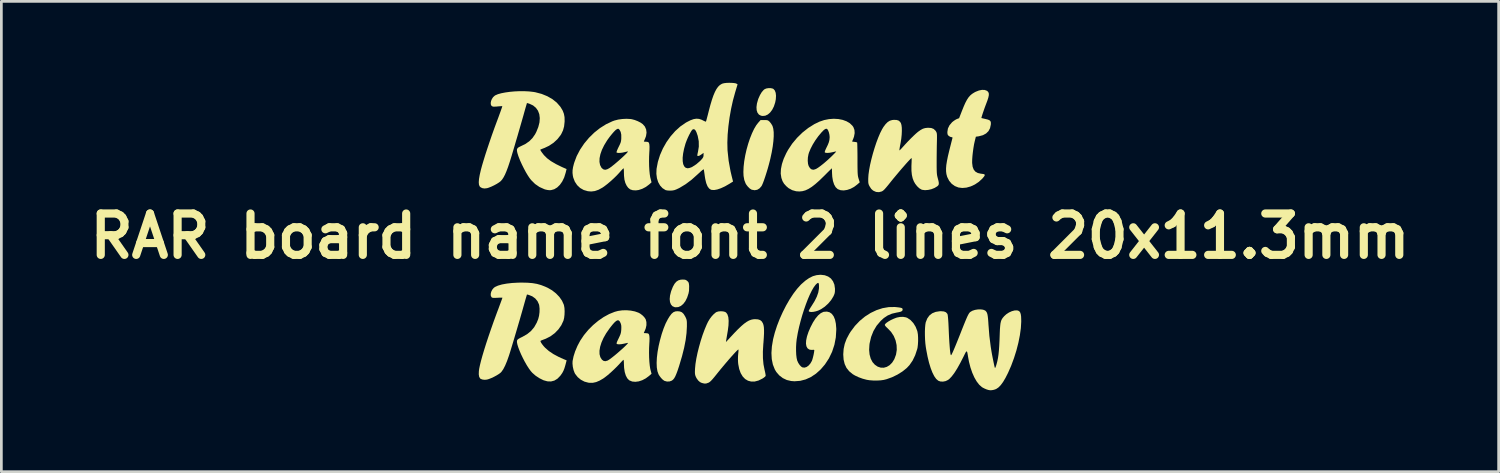
<source format=kicad_pcb>
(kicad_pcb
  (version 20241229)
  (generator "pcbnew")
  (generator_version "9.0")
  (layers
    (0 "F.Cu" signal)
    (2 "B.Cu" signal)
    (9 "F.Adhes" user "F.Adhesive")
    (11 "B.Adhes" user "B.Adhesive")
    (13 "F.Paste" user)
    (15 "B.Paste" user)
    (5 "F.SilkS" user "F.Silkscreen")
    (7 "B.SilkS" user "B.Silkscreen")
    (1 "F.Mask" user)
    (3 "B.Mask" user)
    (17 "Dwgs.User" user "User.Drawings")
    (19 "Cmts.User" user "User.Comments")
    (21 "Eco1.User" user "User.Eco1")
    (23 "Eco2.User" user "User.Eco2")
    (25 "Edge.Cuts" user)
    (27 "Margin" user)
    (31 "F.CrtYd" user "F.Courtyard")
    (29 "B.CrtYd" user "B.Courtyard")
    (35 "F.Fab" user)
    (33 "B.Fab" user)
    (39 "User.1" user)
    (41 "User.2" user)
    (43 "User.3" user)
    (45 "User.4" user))
  (footprint "RAR board name font 2 lines 20x11.3mm"
    (layer "F.Cu")
    (at 24.573 5.648)
    (property "Reference" "RAR board name font 2 lines 20x11.3mm" (at 0 0 0) (layer "F.SilkS") (effects (font (size 1.524 1.524) (thickness 0.3))))
    (attr board_only exclude_from_pos_files exclude_from_bom)
    (fp_poly (pts (xy 0.762 -5.452) (xy 0.834 -5.436) (xy 0.863 -5.422) (xy 0.914 -5.364) (xy 0.946 -5.278) (xy 0.958 -5.169) (xy 0.95 -5.042) (xy 0.928 -4.927) (xy 0.88 -4.779) (xy 0.816 -4.653) (xy 0.739 -4.552) (xy 0.653 -4.479) (xy 0.559 -4.436) (xy 0.461 -4.427) (xy 0.403 -4.438) (xy 0.328 -4.478) (xy 0.275 -4.547) (xy 0.245 -4.639) (xy 0.238 -4.753) (xy 0.255 -4.885) (xy 0.297 -5.033) (xy 0.309 -5.067) (xy 0.367 -5.196) (xy 0.432 -5.305) (xy 0.502 -5.385) (xy 0.535 -5.411) (xy 0.598 -5.439) (xy 0.679 -5.452)) (stroke (width 0) (type solid)) (fill yes) (layer "F.SilkS"))
    (fp_poly (pts (xy -2.415 1.601) (xy -2.369 1.611) (xy -2.331 1.634) (xy -2.31 1.651) (xy -2.279 1.682) (xy -2.26 1.714) (xy -2.25 1.757) (xy -2.243 1.825) (xy -2.242 1.844) (xy -2.246 2.009) (xy -2.264 2.106) (xy -2.315 2.262) (xy -2.38 2.393) (xy -2.458 2.496) (xy -2.546 2.57) (xy -2.642 2.612) (xy -2.744 2.619) (xy -2.78 2.613) (xy -2.858 2.578) (xy -2.913 2.514) (xy -2.947 2.426) (xy -2.958 2.316) (xy -2.946 2.187) (xy -2.91 2.044) (xy -2.899 2.01) (xy -2.842 1.866) (xy -2.782 1.757) (xy -2.716 1.679) (xy -2.641 1.628) (xy -2.554 1.603) (xy -2.484 1.598)) (stroke (width 0) (type solid)) (fill yes) (layer "F.SilkS"))
    (fp_poly (pts (xy -2.582 2.773) (xy -2.508 2.804) (xy -2.447 2.862) (xy -2.391 2.951) (xy -2.372 2.989) (xy -2.351 3.036) (xy -2.337 3.078) (xy -2.329 3.125) (xy -2.325 3.186) (xy -2.325 3.271) (xy -2.325 3.328) (xy -2.338 3.568) (xy -2.371 3.828) (xy -2.426 4.11) (xy -2.503 4.417) (xy -2.602 4.751) (xy -2.623 4.817) (xy -2.672 4.964) (xy -2.716 5.08) (xy -2.755 5.169) (xy -2.793 5.235) (xy -2.832 5.282) (xy -2.875 5.317) (xy -2.882 5.321) (xy -2.964 5.351) (xy -3.058 5.354) (xy -3.148 5.33) (xy -3.155 5.327) (xy -3.213 5.286) (xy -3.276 5.222) (xy -3.334 5.146) (xy -3.37 5.086) (xy -3.41 4.974) (xy -3.433 4.833) (xy -3.439 4.665) (xy -3.43 4.474) (xy -3.405 4.264) (xy -3.364 4.038) (xy -3.318 3.842) (xy -3.252 3.604) (xy -3.182 3.398) (xy -3.108 3.217) (xy -3.025 3.056) (xy -2.959 2.949) (xy -2.89 2.859) (xy -2.822 2.801) (xy -2.748 2.771) (xy -2.673 2.764)) (stroke (width 0) (type solid)) (fill yes) (layer "F.SilkS"))
    (fp_poly (pts (xy 0.594 -4.276) (xy 0.641 -4.269) (xy 0.675 -4.254) (xy 0.71 -4.225) (xy 0.722 -4.214) (xy 0.769 -4.157) (xy 0.813 -4.087) (xy 0.83 -4.054) (xy 0.857 -3.959) (xy 0.872 -3.833) (xy 0.873 -3.679) (xy 0.861 -3.502) (xy 0.837 -3.304) (xy 0.8 -3.09) (xy 0.751 -2.863) (xy 0.732 -2.784) (xy 0.693 -2.633) (xy 0.65 -2.479) (xy 0.604 -2.329) (xy 0.559 -2.188) (xy 0.516 -2.062) (xy 0.477 -1.958) (xy 0.443 -1.88) (xy 0.424 -1.844) (xy 0.352 -1.761) (xy 0.266 -1.709) (xy 0.17 -1.692) (xy 0.068 -1.71) (xy 0.047 -1.718) (xy -0.012 -1.757) (xy -0.075 -1.818) (xy -0.133 -1.892) (xy -0.162 -1.941) (xy -0.211 -2.068) (xy -0.238 -2.221) (xy -0.244 -2.364) (xy -0.236 -2.555) (xy -0.213 -2.761) (xy -0.176 -2.974) (xy -0.128 -3.188) (xy -0.069 -3.399) (xy -0.002 -3.6) (xy 0.072 -3.786) (xy 0.15 -3.951) (xy 0.232 -4.088) (xy 0.301 -4.177) (xy 0.39 -4.277) (xy 0.523 -4.277)) (stroke (width 0) (type solid)) (fill yes) (layer "F.SilkS"))
    (fp_poly (pts (xy 5.386 2.614) (xy 5.485 2.625) (xy 5.552 2.637) (xy 5.593 2.65) (xy 5.614 2.668) (xy 5.621 2.692) (xy 5.621 2.698) (xy 5.615 2.734) (xy 5.59 2.762) (xy 5.543 2.784) (xy 5.467 2.802) (xy 5.401 2.814) (xy 5.225 2.855) (xy 5.07 2.921) (xy 4.929 3.015) (xy 4.814 3.12) (xy 4.663 3.298) (xy 4.546 3.495) (xy 4.46 3.712) (xy 4.405 3.948) (xy 4.398 4) (xy 4.387 4.187) (xy 4.403 4.357) (xy 4.445 4.509) (xy 4.511 4.637) (xy 4.597 4.734) (xy 4.703 4.806) (xy 4.814 4.842) (xy 4.927 4.845) (xy 5.037 4.814) (xy 5.141 4.752) (xy 5.234 4.659) (xy 5.312 4.536) (xy 5.316 4.527) (xy 5.378 4.361) (xy 5.405 4.188) (xy 5.399 4.013) (xy 5.362 3.84) (xy 5.294 3.676) (xy 5.196 3.526) (xy 5.07 3.395) (xy 5.07 3.395) (xy 5.017 3.346) (xy 4.98 3.302) (xy 4.964 3.271) (xy 4.963 3.269) (xy 4.98 3.234) (xy 5.026 3.191) (xy 5.095 3.143) (xy 5.18 3.094) (xy 5.276 3.048) (xy 5.375 3.009) (xy 5.412 2.997) (xy 5.525 2.975) (xy 5.64 2.972) (xy 5.743 2.99) (xy 5.793 3.009) (xy 5.912 3.09) (xy 6.016 3.201) (xy 6.099 3.336) (xy 6.159 3.488) (xy 6.168 3.525) (xy 6.183 3.617) (xy 6.19 3.732) (xy 6.191 3.859) (xy 6.184 3.984) (xy 6.172 4.094) (xy 6.159 4.155) (xy 6.084 4.383) (xy 5.989 4.581) (xy 5.874 4.748) (xy 5.771 4.858) (xy 5.612 4.985) (xy 5.428 5.1) (xy 5.23 5.196) (xy 5.029 5.268) (xy 4.926 5.294) (xy 4.814 5.31) (xy 4.679 5.317) (xy 4.536 5.316) (xy 4.401 5.306) (xy 4.296 5.289) (xy 4.15 5.25) (xy 4.002 5.196) (xy 3.869 5.134) (xy 3.78 5.081) (xy 3.652 4.975) (xy 3.554 4.853) (xy 3.487 4.711) (xy 3.447 4.547) (xy 3.434 4.359) (xy 3.434 4.352) (xy 3.448 4.154) (xy 3.488 3.967) (xy 3.557 3.782) (xy 3.657 3.594) (xy 3.708 3.514) (xy 3.864 3.305) (xy 4.041 3.12) (xy 4.235 2.96) (xy 4.442 2.828) (xy 4.658 2.725) (xy 4.882 2.652) (xy 5.107 2.613) (xy 5.333 2.609)) (stroke (width 0) (type solid)) (fill yes) (layer "F.SilkS"))
    (fp_poly (pts (xy 8.643 -5.385) (xy 8.724 -5.355) (xy 8.736 -5.347) (xy 8.774 -5.309) (xy 8.794 -5.26) (xy 8.796 -5.196) (xy 8.779 -5.111) (xy 8.745 -5.002) (xy 8.713 -4.916) (xy 8.679 -4.827) (xy 8.643 -4.73) (xy 8.609 -4.632) (xy 8.577 -4.54) (xy 8.551 -4.459) (xy 8.532 -4.397) (xy 8.522 -4.359) (xy 8.522 -4.351) (xy 8.541 -4.346) (xy 8.588 -4.335) (xy 8.653 -4.32) (xy 8.67 -4.316) (xy 8.763 -4.293) (xy 8.824 -4.266) (xy 8.858 -4.23) (xy 8.871 -4.18) (xy 8.869 -4.111) (xy 8.84 -3.977) (xy 8.782 -3.868) (xy 8.694 -3.782) (xy 8.578 -3.719) (xy 8.432 -3.68) (xy 8.403 -3.675) (xy 8.318 -3.663) (xy 8.277 -3.5) (xy 8.251 -3.382) (xy 8.228 -3.244) (xy 8.208 -3.098) (xy 8.192 -2.954) (xy 8.183 -2.823) (xy 8.181 -2.714) (xy 8.182 -2.69) (xy 8.199 -2.556) (xy 8.238 -2.453) (xy 8.3 -2.377) (xy 8.387 -2.327) (xy 8.501 -2.301) (xy 8.526 -2.298) (xy 8.597 -2.289) (xy 8.637 -2.274) (xy 8.647 -2.247) (xy 8.626 -2.205) (xy 8.577 -2.144) (xy 8.554 -2.118) (xy 8.425 -1.999) (xy 8.281 -1.903) (xy 8.128 -1.832) (xy 7.971 -1.788) (xy 7.818 -1.775) (xy 7.676 -1.793) (xy 7.542 -1.846) (xy 7.427 -1.93) (xy 7.333 -2.042) (xy 7.264 -2.178) (xy 7.257 -2.2) (xy 7.233 -2.288) (xy 7.221 -2.386) (xy 7.22 -2.495) (xy 7.23 -2.622) (xy 7.254 -2.771) (xy 7.289 -2.945) (xy 7.338 -3.15) (xy 7.34 -3.159) (xy 7.371 -3.281) (xy 7.399 -3.392) (xy 7.423 -3.487) (xy 7.442 -3.559) (xy 7.453 -3.604) (xy 7.456 -3.614) (xy 7.455 -3.639) (xy 7.426 -3.647) (xy 7.419 -3.647) (xy 7.373 -3.659) (xy 7.324 -3.689) (xy 7.32 -3.692) (xy 7.289 -3.724) (xy 7.274 -3.759) (xy 7.269 -3.811) (xy 7.269 -3.84) (xy 7.289 -3.966) (xy 7.346 -4.083) (xy 7.438 -4.192) (xy 7.45 -4.203) (xy 7.513 -4.252) (xy 7.58 -4.295) (xy 7.621 -4.315) (xy 7.701 -4.345) (xy 7.801 -4.603) (xy 7.869 -4.772) (xy 7.93 -4.91) (xy 7.989 -5.021) (xy 8.047 -5.11) (xy 8.109 -5.181) (xy 8.177 -5.239) (xy 8.256 -5.289) (xy 8.308 -5.317) (xy 8.43 -5.365) (xy 8.543 -5.388)) (stroke (width 0) (type solid)) (fill yes) (layer "F.SilkS"))
    (fp_poly (pts (xy -0.992 2.771) (xy -0.921 2.789) (xy -0.882 2.812) (xy -0.831 2.882) (xy -0.799 2.984) (xy -0.787 3.118) (xy -0.793 3.285) (xy -0.818 3.483) (xy -0.827 3.535) (xy -0.843 3.629) (xy -0.858 3.717) (xy -0.87 3.788) (xy -0.876 3.826) (xy -0.887 3.901) (xy -0.732 3.732) (xy -0.577 3.566) (xy -0.442 3.427) (xy -0.324 3.315) (xy -0.219 3.225) (xy -0.126 3.158) (xy -0.04 3.109) (xy 0.041 3.078) (xy 0.12 3.061) (xy 0.185 3.057) (xy 0.292 3.064) (xy 0.372 3.09) (xy 0.431 3.138) (xy 0.476 3.212) (xy 0.496 3.272) (xy 0.51 3.35) (xy 0.516 3.452) (xy 0.516 3.579) (xy 0.508 3.735) (xy 0.495 3.924) (xy 0.49 3.973) (xy 0.474 4.25) (xy 0.476 4.498) (xy 0.496 4.719) (xy 0.535 4.918) (xy 0.536 4.922) (xy 0.555 5.005) (xy 0.569 5.077) (xy 0.576 5.128) (xy 0.575 5.148) (xy 0.554 5.175) (xy 0.51 5.211) (xy 0.462 5.243) (xy 0.315 5.316) (xy 0.175 5.353) (xy 0.045 5.355) (xy -0.074 5.324) (xy -0.18 5.261) (xy -0.27 5.167) (xy -0.344 5.043) (xy -0.399 4.89) (xy -0.434 4.71) (xy -0.441 4.634) (xy -0.444 4.535) (xy -0.442 4.424) (xy -0.435 4.334) (xy -0.427 4.263) (xy -0.424 4.207) (xy -0.425 4.177) (xy -0.427 4.174) (xy -0.444 4.182) (xy -0.482 4.217) (xy -0.538 4.274) (xy -0.609 4.351) (xy -0.692 4.443) (xy -0.785 4.549) (xy -0.884 4.665) (xy -0.987 4.787) (xy -1.091 4.912) (xy -1.192 5.037) (xy -1.231 5.086) (xy -1.316 5.191) (xy -1.383 5.27) (xy -1.436 5.327) (xy -1.479 5.366) (xy -1.515 5.39) (xy -1.529 5.397) (xy -1.617 5.427) (xy -1.688 5.428) (xy -1.701 5.424) (xy -1.733 5.416) (xy -1.772 5.407) (xy -1.841 5.375) (xy -1.909 5.315) (xy -1.967 5.235) (xy -1.993 5.185) (xy -2.012 5.137) (xy -2.023 5.093) (xy -2.029 5.042) (xy -2.029 4.974) (xy -2.025 4.879) (xy -2.025 4.879) (xy -2.009 4.709) (xy -1.978 4.513) (xy -1.934 4.3) (xy -1.878 4.077) (xy -1.815 3.853) (xy -1.745 3.636) (xy -1.67 3.433) (xy -1.594 3.252) (xy -1.545 3.151) (xy -1.483 3.048) (xy -1.41 2.951) (xy -1.333 2.869) (xy -1.26 2.809) (xy -1.229 2.792) (xy -1.16 2.772) (xy -1.076 2.765)) (stroke (width 0) (type solid)) (fill yes) (layer "F.SilkS"))
    (fp_poly (pts (xy 5.393 -4.281) (xy 5.47 -4.258) (xy 5.527 -4.21) (xy 5.558 -4.161) (xy 5.578 -4.093) (xy 5.59 -3.995) (xy 5.592 -3.874) (xy 5.586 -3.737) (xy 5.571 -3.589) (xy 5.547 -3.438) (xy 5.54 -3.403) (xy 5.523 -3.314) (xy 5.51 -3.239) (xy 5.503 -3.185) (xy 5.501 -3.16) (xy 5.502 -3.159) (xy 5.517 -3.168) (xy 5.551 -3.2) (xy 5.596 -3.249) (xy 5.617 -3.272) (xy 5.715 -3.381) (xy 5.819 -3.492) (xy 5.924 -3.599) (xy 6.023 -3.696) (xy 6.111 -3.778) (xy 6.181 -3.838) (xy 6.194 -3.848) (xy 6.288 -3.914) (xy 6.369 -3.957) (xy 6.449 -3.981) (xy 6.537 -3.991) (xy 6.562 -3.992) (xy 6.674 -3.984) (xy 6.762 -3.95) (xy 6.829 -3.888) (xy 6.852 -3.854) (xy 6.866 -3.828) (xy 6.875 -3.801) (xy 6.882 -3.767) (xy 6.885 -3.718) (xy 6.886 -3.65) (xy 6.885 -3.556) (xy 6.882 -3.431) (xy 6.879 -3.291) (xy 6.877 -3.128) (xy 6.875 -2.956) (xy 6.874 -2.791) (xy 6.874 -2.679) (xy 6.874 -2.542) (xy 6.876 -2.435) (xy 6.879 -2.352) (xy 6.884 -2.287) (xy 6.892 -2.231) (xy 6.904 -2.178) (xy 6.915 -2.135) (xy 6.941 -2.036) (xy 6.953 -1.965) (xy 6.952 -1.914) (xy 6.937 -1.877) (xy 6.908 -1.846) (xy 6.894 -1.835) (xy 6.796 -1.775) (xy 6.681 -1.73) (xy 6.561 -1.703) (xy 6.445 -1.694) (xy 6.343 -1.707) (xy 6.309 -1.719) (xy 6.232 -1.766) (xy 6.154 -1.84) (xy 6.083 -1.931) (xy 6.035 -2.015) (xy 5.99 -2.131) (xy 5.961 -2.259) (xy 5.946 -2.405) (xy 5.945 -2.578) (xy 5.947 -2.637) (xy 5.951 -2.727) (xy 5.953 -2.801) (xy 5.953 -2.853) (xy 5.952 -2.876) (xy 5.951 -2.877) (xy 5.931 -2.863) (xy 5.89 -2.823) (xy 5.832 -2.762) (xy 5.759 -2.682) (xy 5.676 -2.587) (xy 5.583 -2.481) (xy 5.487 -2.368) (xy 5.388 -2.25) (xy 5.29 -2.133) (xy 5.197 -2.018) (xy 5.168 -1.981) (xy 5.081 -1.873) (xy 5.013 -1.792) (xy 4.96 -1.732) (xy 4.918 -1.691) (xy 4.884 -1.665) (xy 4.853 -1.648) (xy 4.851 -1.647) (xy 4.752 -1.621) (xy 4.659 -1.627) (xy 4.616 -1.64) (xy 4.531 -1.681) (xy 4.465 -1.741) (xy 4.408 -1.827) (xy 4.382 -1.876) (xy 4.366 -1.919) (xy 4.357 -1.966) (xy 4.354 -2.029) (xy 4.354 -2.115) (xy 4.363 -2.263) (xy 4.387 -2.436) (xy 4.422 -2.626) (xy 4.469 -2.829) (xy 4.524 -3.037) (xy 4.586 -3.244) (xy 4.652 -3.444) (xy 4.722 -3.63) (xy 4.793 -3.797) (xy 4.864 -3.937) (xy 4.915 -4.022) (xy 4.995 -4.128) (xy 5.071 -4.203) (xy 5.148 -4.251) (xy 5.235 -4.277) (xy 5.29 -4.283)) (stroke (width 0) (type solid)) (fill yes) (layer "F.SilkS"))
    (fp_poly (pts (xy 2.751 1.439) (xy 2.877 1.486) (xy 2.98 1.56) (xy 3.057 1.662) (xy 3.108 1.787) (xy 3.129 1.934) (xy 3.129 1.956) (xy 3.127 2.038) (xy 3.118 2.101) (xy 3.096 2.163) (xy 3.068 2.224) (xy 2.986 2.356) (xy 2.878 2.484) (xy 2.752 2.598) (xy 2.616 2.69) (xy 2.51 2.741) (xy 2.422 2.769) (xy 2.336 2.787) (xy 2.261 2.793) (xy 2.202 2.787) (xy 2.168 2.77) (xy 2.162 2.754) (xy 2.172 2.728) (xy 2.199 2.68) (xy 2.238 2.616) (xy 2.267 2.572) (xy 2.379 2.391) (xy 2.461 2.226) (xy 2.514 2.074) (xy 2.539 1.93) (xy 2.541 1.875) (xy 2.539 1.788) (xy 2.529 1.737) (xy 2.508 1.72) (xy 2.473 1.735) (xy 2.424 1.782) (xy 2.413 1.794) (xy 2.348 1.881) (xy 2.278 2) (xy 2.206 2.146) (xy 2.132 2.316) (xy 2.06 2.504) (xy 1.989 2.707) (xy 1.922 2.918) (xy 1.861 3.134) (xy 1.806 3.349) (xy 1.76 3.56) (xy 1.725 3.761) (xy 1.719 3.795) (xy 1.704 3.936) (xy 1.696 4.083) (xy 1.696 4.23) (xy 1.702 4.366) (xy 1.716 4.484) (xy 1.736 4.574) (xy 1.738 4.581) (xy 1.778 4.669) (xy 1.83 4.747) (xy 1.887 4.806) (xy 1.931 4.833) (xy 2.005 4.842) (xy 2.082 4.819) (xy 2.157 4.766) (xy 2.225 4.687) (xy 2.28 4.591) (xy 2.299 4.535) (xy 2.321 4.455) (xy 2.342 4.366) (xy 2.358 4.281) (xy 2.367 4.213) (xy 2.368 4.198) (xy 2.353 4.184) (xy 2.305 4.187) (xy 2.303 4.187) (xy 2.24 4.187) (xy 2.18 4.174) (xy 2.117 4.128) (xy 2.078 4.056) (xy 2.061 3.958) (xy 2.068 3.837) (xy 2.098 3.694) (xy 2.151 3.533) (xy 2.227 3.355) (xy 2.319 3.177) (xy 2.413 3.031) (xy 2.51 2.916) (xy 2.606 2.836) (xy 2.701 2.79) (xy 2.719 2.786) (xy 2.832 2.778) (xy 2.93 2.803) (xy 3.013 2.861) (xy 3.08 2.952) (xy 3.13 3.072) (xy 3.162 3.223) (xy 3.177 3.402) (xy 3.177 3.453) (xy 3.16 3.73) (xy 3.108 4) (xy 3.023 4.258) (xy 2.906 4.501) (xy 2.76 4.724) (xy 2.606 4.904) (xy 2.429 5.064) (xy 2.243 5.188) (xy 2.049 5.276) (xy 1.848 5.328) (xy 1.64 5.344) (xy 1.516 5.335) (xy 1.356 5.298) (xy 1.209 5.228) (xy 1.078 5.128) (xy 0.969 5.003) (xy 0.913 4.908) (xy 0.842 4.729) (xy 0.801 4.528) (xy 0.789 4.304) (xy 0.806 4.058) (xy 0.851 3.793) (xy 0.912 3.556) (xy 0.994 3.302) (xy 1.093 3.047) (xy 1.206 2.796) (xy 1.329 2.554) (xy 1.46 2.327) (xy 1.596 2.12) (xy 1.734 1.939) (xy 1.87 1.788) (xy 1.894 1.765) (xy 2.042 1.636) (xy 2.181 1.54) (xy 2.315 1.474) (xy 2.45 1.436) (xy 2.59 1.422) (xy 2.604 1.422)) (stroke (width 0) (type solid)) (fill yes) (layer "F.SilkS"))
    (fp_poly (pts (xy -0.676 -5.646) (xy -0.592 -5.64) (xy -0.529 -5.629) (xy -0.506 -5.62) (xy -0.458 -5.593) (xy -0.547 -5.296) (xy -0.629 -4.997) (xy -0.698 -4.685) (xy -0.754 -4.366) (xy -0.796 -4.048) (xy -0.824 -3.739) (xy -0.835 -3.446) (xy -0.829 -3.178) (xy -0.827 -3.148) (xy -0.787 -2.775) (xy -0.718 -2.394) (xy -0.678 -2.223) (xy -0.625 -2.012) (xy -0.759 -1.928) (xy -0.921 -1.835) (xy -1.07 -1.766) (xy -1.205 -1.72) (xy -1.321 -1.699) (xy -1.416 -1.705) (xy -1.441 -1.712) (xy -1.508 -1.757) (xy -1.566 -1.838) (xy -1.613 -1.954) (xy -1.649 -2.106) (xy -1.666 -2.213) (xy -1.678 -2.302) (xy -1.689 -2.379) (xy -1.698 -2.434) (xy -1.703 -2.46) (xy -1.719 -2.458) (xy -1.759 -2.43) (xy -1.82 -2.378) (xy -1.901 -2.303) (xy -1.924 -2.282) (xy -2.151 -2.079) (xy -2.372 -1.913) (xy -2.588 -1.783) (xy -2.629 -1.762) (xy -2.714 -1.722) (xy -2.781 -1.697) (xy -2.843 -1.684) (xy -2.915 -1.678) (xy -2.922 -1.678) (xy -3.023 -1.68) (xy -3.098 -1.693) (xy -3.114 -1.699) (xy -3.224 -1.769) (xy -3.314 -1.868) (xy -3.383 -1.991) (xy -3.428 -2.135) (xy -3.449 -2.296) (xy -3.443 -2.469) (xy -3.441 -2.487) (xy -3.393 -2.738) (xy -3.345 -2.891) (xy -2.481 -2.891) (xy -2.479 -2.76) (xy -2.461 -2.653) (xy -2.425 -2.573) (xy -2.373 -2.521) (xy -2.303 -2.501) (xy -2.293 -2.501) (xy -2.236 -2.51) (xy -2.167 -2.533) (xy -2.132 -2.549) (xy -1.982 -2.646) (xy -1.839 -2.769) (xy -1.792 -2.818) (xy -1.746 -2.873) (xy -1.721 -2.917) (xy -1.712 -2.963) (xy -1.712 -2.986) (xy -1.711 -3.068) (xy -1.79 -3.01) (xy -1.86 -2.966) (xy -1.913 -2.952) (xy -1.941 -2.962) (xy -1.941 -2.984) (xy -1.933 -3.032) (xy -1.919 -3.097) (xy -1.916 -3.108) (xy -1.885 -3.299) (xy -1.888 -3.497) (xy -1.926 -3.693) (xy -1.976 -3.836) (xy -2.016 -3.907) (xy -2.058 -3.94) (xy -2.102 -3.936) (xy -2.125 -3.919) (xy -2.157 -3.88) (xy -2.197 -3.812) (xy -2.243 -3.726) (xy -2.289 -3.629) (xy -2.331 -3.53) (xy -2.367 -3.435) (xy -2.378 -3.403) (xy -2.43 -3.215) (xy -2.464 -3.043) (xy -2.481 -2.891) (xy -3.345 -2.891) (xy -3.315 -2.987) (xy -3.209 -3.229) (xy -3.078 -3.461) (xy -2.926 -3.675) (xy -2.756 -3.869) (xy -2.571 -4.037) (xy -2.374 -4.174) (xy -2.329 -4.2) (xy -2.192 -4.269) (xy -2.076 -4.311) (xy -1.973 -4.327) (xy -1.876 -4.319) (xy -1.781 -4.287) (xy -1.746 -4.269) (xy -1.688 -4.24) (xy -1.644 -4.222) (xy -1.624 -4.217) (xy -1.624 -4.217) (xy -1.617 -4.237) (xy -1.602 -4.288) (xy -1.582 -4.364) (xy -1.557 -4.459) (xy -1.529 -4.569) (xy -1.524 -4.59) (xy -1.463 -4.82) (xy -1.405 -5.016) (xy -1.349 -5.179) (xy -1.292 -5.313) (xy -1.235 -5.42) (xy -1.175 -5.503) (xy -1.111 -5.565) (xy -1.041 -5.608) (xy -1.003 -5.623) (xy -0.943 -5.636) (xy -0.862 -5.645) (xy -0.769 -5.648)) (stroke (width 0) (type solid)) (fill yes) (layer "F.SilkS"))
    (fp_poly (pts (xy -4.407 -4.315) (xy -4.353 -4.307) (xy -4.244 -4.278) (xy -4.13 -4.233) (xy -4.025 -4.179) (xy -3.952 -4.127) (xy -3.873 -4.038) (xy -3.826 -3.931) (xy -3.811 -3.813) (xy -3.83 -3.687) (xy -3.862 -3.599) (xy -3.887 -3.543) (xy -3.905 -3.501) (xy -3.911 -3.485) (xy -3.894 -3.481) (xy -3.853 -3.478) (xy -3.84 -3.478) (xy -3.787 -3.474) (xy -3.748 -3.464) (xy -3.745 -3.462) (xy -3.721 -3.432) (xy -3.707 -3.375) (xy -3.701 -3.289) (xy -3.704 -3.17) (xy -3.709 -3.093) (xy -3.717 -2.926) (xy -3.719 -2.754) (xy -3.716 -2.584) (xy -3.707 -2.425) (xy -3.693 -2.284) (xy -3.675 -2.169) (xy -3.666 -2.134) (xy -3.627 -1.983) (xy -3.717 -1.902) (xy -3.836 -1.813) (xy -3.968 -1.744) (xy -4.101 -1.7) (xy -4.207 -1.686) (xy -4.322 -1.693) (xy -4.413 -1.723) (xy -4.486 -1.781) (xy -4.542 -1.857) (xy -4.592 -1.961) (xy -4.625 -2.082) (xy -4.641 -2.227) (xy -4.644 -2.334) (xy -4.645 -2.408) (xy -4.649 -2.465) (xy -4.655 -2.497) (xy -4.658 -2.501) (xy -4.675 -2.487) (xy -4.711 -2.451) (xy -4.76 -2.398) (xy -4.804 -2.348) (xy -4.9 -2.244) (xy -5.013 -2.133) (xy -5.134 -2.023) (xy -5.254 -1.921) (xy -5.365 -1.836) (xy -5.43 -1.791) (xy -5.577 -1.71) (xy -5.714 -1.662) (xy -5.848 -1.645) (xy -5.974 -1.656) (xy -6.125 -1.7) (xy -6.257 -1.775) (xy -6.367 -1.879) (xy -6.452 -2.007) (xy -6.51 -2.157) (xy -6.525 -2.227) (xy -6.537 -2.329) (xy -6.535 -2.43) (xy -6.518 -2.54) (xy -6.485 -2.671) (xy -6.474 -2.706) (xy -6.463 -2.738) (xy -5.545 -2.738) (xy -5.523 -2.621) (xy -5.474 -2.526) (xy -5.454 -2.502) (xy -5.396 -2.458) (xy -5.332 -2.445) (xy -5.258 -2.464) (xy -5.181 -2.505) (xy -5.124 -2.545) (xy -5.053 -2.6) (xy -4.973 -2.665) (xy -4.888 -2.737) (xy -4.802 -2.812) (xy -4.718 -2.887) (xy -4.643 -2.957) (xy -4.578 -3.02) (xy -4.53 -3.07) (xy -4.501 -3.105) (xy -4.497 -3.12) (xy -4.499 -3.121) (xy -4.529 -3.116) (xy -4.581 -3.104) (xy -4.625 -3.093) (xy -4.705 -3.076) (xy -4.783 -3.067) (xy -4.852 -3.066) (xy -4.9 -3.074) (xy -4.917 -3.084) (xy -4.914 -3.108) (xy -4.897 -3.158) (xy -4.868 -3.225) (xy -4.839 -3.285) (xy -4.796 -3.373) (xy -4.768 -3.439) (xy -4.752 -3.497) (xy -4.744 -3.558) (xy -4.741 -3.606) (xy -4.742 -3.737) (xy -4.763 -3.838) (xy -4.803 -3.913) (xy -4.813 -3.925) (xy -4.843 -3.953) (xy -4.87 -3.955) (xy -4.906 -3.939) (xy -4.952 -3.906) (xy -5.012 -3.846) (xy -5.082 -3.766) (xy -5.158 -3.672) (xy -5.234 -3.569) (xy -5.267 -3.521) (xy -5.372 -3.348) (xy -5.454 -3.18) (xy -5.51 -3.021) (xy -5.541 -2.872) (xy -5.545 -2.738) (xy -6.463 -2.738) (xy -6.383 -2.95) (xy -6.259 -3.186) (xy -6.107 -3.412) (xy -5.931 -3.623) (xy -5.735 -3.815) (xy -5.523 -3.983) (xy -5.299 -4.123) (xy -5.067 -4.232) (xy -4.992 -4.259) (xy -4.857 -4.294) (xy -4.705 -4.315) (xy -4.55 -4.323)) (stroke (width 0) (type solid)) (fill yes) (layer "F.SilkS"))
    (fp_poly (pts (xy 3.254 -4.314) (xy 3.412 -4.283) (xy 3.554 -4.231) (xy 3.675 -4.16) (xy 3.77 -4.069) (xy 3.808 -4.014) (xy 3.846 -3.913) (xy 3.854 -3.796) (xy 3.831 -3.669) (xy 3.807 -3.6) (xy 3.783 -3.542) (xy 3.766 -3.501) (xy 3.76 -3.485) (xy 3.777 -3.482) (xy 3.819 -3.476) (xy 3.846 -3.473) (xy 3.9 -3.465) (xy 3.937 -3.455) (xy 3.944 -3.451) (xy 3.948 -3.429) (xy 3.951 -3.375) (xy 3.953 -3.292) (xy 3.955 -3.186) (xy 3.957 -3.06) (xy 3.958 -2.92) (xy 3.958 -2.842) (xy 3.958 -2.675) (xy 3.959 -2.541) (xy 3.961 -2.434) (xy 3.963 -2.351) (xy 3.967 -2.287) (xy 3.972 -2.236) (xy 3.979 -2.194) (xy 3.988 -2.156) (xy 3.999 -2.117) (xy 4 -2.115) (xy 4.041 -1.983) (xy 3.952 -1.905) (xy 3.832 -1.814) (xy 3.705 -1.746) (xy 3.576 -1.703) (xy 3.451 -1.684) (xy 3.336 -1.693) (xy 3.238 -1.729) (xy 3.224 -1.738) (xy 3.153 -1.805) (xy 3.097 -1.905) (xy 3.055 -2.034) (xy 3.029 -2.188) (xy 3.021 -2.322) (xy 3.019 -2.399) (xy 3.017 -2.459) (xy 3.015 -2.494) (xy 3.014 -2.5) (xy 3.001 -2.488) (xy 2.964 -2.452) (xy 2.909 -2.398) (xy 2.838 -2.328) (xy 2.757 -2.246) (xy 2.713 -2.203) (xy 2.55 -2.045) (xy 2.405 -1.917) (xy 2.273 -1.815) (xy 2.153 -1.74) (xy 2.04 -1.687) (xy 1.93 -1.657) (xy 1.821 -1.646) (xy 1.709 -1.653) (xy 1.698 -1.654) (xy 1.553 -1.695) (xy 1.419 -1.769) (xy 1.332 -1.844) (xy 1.252 -1.934) (xy 1.197 -2.027) (xy 1.158 -2.138) (xy 1.154 -2.153) (xy 1.131 -2.304) (xy 1.139 -2.473) (xy 1.176 -2.657) (xy 1.215 -2.776) (xy 2.126 -2.776) (xy 2.136 -2.667) (xy 2.16 -2.583) (xy 2.211 -2.502) (xy 2.273 -2.456) (xy 2.345 -2.447) (xy 2.429 -2.474) (xy 2.431 -2.475) (xy 2.508 -2.522) (xy 2.606 -2.593) (xy 2.719 -2.683) (xy 2.842 -2.789) (xy 2.97 -2.907) (xy 2.979 -2.915) (xy 3.05 -2.985) (xy 3.109 -3.044) (xy 3.151 -3.089) (xy 3.172 -3.115) (xy 3.172 -3.12) (xy 3.143 -3.116) (xy 3.089 -3.105) (xy 3.036 -3.092) (xy 2.939 -3.073) (xy 2.855 -3.066) (xy 2.792 -3.069) (xy 2.757 -3.084) (xy 2.752 -3.091) (xy 2.756 -3.12) (xy 2.774 -3.171) (xy 2.803 -3.234) (xy 2.809 -3.246) (xy 2.865 -3.362) (xy 2.903 -3.458) (xy 2.924 -3.542) (xy 2.932 -3.626) (xy 2.933 -3.654) (xy 2.925 -3.734) (xy 2.907 -3.815) (xy 2.881 -3.886) (xy 2.851 -3.936) (xy 2.836 -3.95) (xy 2.802 -3.957) (xy 2.76 -3.94) (xy 2.704 -3.896) (xy 2.634 -3.823) (xy 2.517 -3.684) (xy 2.407 -3.531) (xy 2.31 -3.374) (xy 2.23 -3.219) (xy 2.171 -3.076) (xy 2.153 -3.015) (xy 2.131 -2.896) (xy 2.126 -2.776) (xy 1.215 -2.776) (xy 1.241 -2.852) (xy 1.334 -3.055) (xy 1.401 -3.177) (xy 1.553 -3.407) (xy 1.732 -3.621) (xy 1.931 -3.816) (xy 2.146 -3.986) (xy 2.371 -4.127) (xy 2.557 -4.217) (xy 2.731 -4.276) (xy 2.909 -4.311) (xy 3.084 -4.324)) (stroke (width 0) (type solid)) (fill yes) (layer "F.SilkS"))
    (fp_poly (pts (xy -4.388 2.742) (xy -4.239 2.772) (xy -4.109 2.818) (xy -4.049 2.85) (xy -3.963 2.914) (xy -3.892 2.987) (xy -3.844 3.059) (xy -3.841 3.065) (xy -3.816 3.164) (xy -3.815 3.279) (xy -3.84 3.395) (xy -3.862 3.451) (xy -3.887 3.508) (xy -3.905 3.549) (xy -3.911 3.565) (xy -3.894 3.57) (xy -3.853 3.572) (xy -3.84 3.572) (xy -3.787 3.577) (xy -3.748 3.587) (xy -3.745 3.589) (xy -3.721 3.619) (xy -3.707 3.675) (xy -3.701 3.761) (xy -3.704 3.88) (xy -3.709 3.958) (xy -3.717 4.124) (xy -3.719 4.296) (xy -3.716 4.465) (xy -3.707 4.625) (xy -3.693 4.766) (xy -3.675 4.881) (xy -3.667 4.916) (xy -3.627 5.067) (xy -3.717 5.146) (xy -3.839 5.237) (xy -3.968 5.305) (xy -4.098 5.348) (xy -4.223 5.364) (xy -4.338 5.354) (xy -4.437 5.314) (xy -4.455 5.303) (xy -4.522 5.233) (xy -4.575 5.132) (xy -4.614 5.004) (xy -4.637 4.851) (xy -4.644 4.705) (xy -4.646 4.634) (xy -4.651 4.581) (xy -4.658 4.554) (xy -4.661 4.553) (xy -4.68 4.569) (xy -4.718 4.607) (xy -4.767 4.66) (xy -4.797 4.693) (xy -4.898 4.8) (xy -5.011 4.911) (xy -5.127 5.019) (xy -5.24 5.117) (xy -5.342 5.197) (xy -5.405 5.242) (xy -5.543 5.322) (xy -5.667 5.374) (xy -5.785 5.4) (xy -5.906 5.401) (xy -5.953 5.396) (xy -6.098 5.357) (xy -6.231 5.287) (xy -6.347 5.191) (xy -6.438 5.075) (xy -6.459 5.037) (xy -6.498 4.934) (xy -6.526 4.813) (xy -6.538 4.691) (xy -6.535 4.6) (xy -6.499 4.426) (xy -6.439 4.237) (xy -6.43 4.218) (xy -5.544 4.218) (xy -5.542 4.347) (xy -5.512 4.457) (xy -5.456 4.546) (xy -5.454 4.548) (xy -5.395 4.593) (xy -5.329 4.605) (xy -5.252 4.584) (xy -5.237 4.577) (xy -5.194 4.551) (xy -5.133 4.509) (xy -5.06 4.452) (xy -4.977 4.386) (xy -4.89 4.313) (xy -4.803 4.237) (xy -4.719 4.163) (xy -4.642 4.093) (xy -4.578 4.031) (xy -4.529 3.981) (xy -4.5 3.946) (xy -4.496 3.931) (xy -4.499 3.93) (xy -4.528 3.935) (xy -4.582 3.946) (xy -4.634 3.958) (xy -4.741 3.978) (xy -4.828 3.984) (xy -4.89 3.976) (xy -4.905 3.969) (xy -4.914 3.955) (xy -4.911 3.929) (xy -4.895 3.883) (xy -4.863 3.814) (xy -4.84 3.767) (xy -4.799 3.679) (xy -4.771 3.612) (xy -4.755 3.554) (xy -4.746 3.493) (xy -4.741 3.43) (xy -4.739 3.343) (xy -4.744 3.279) (xy -4.758 3.225) (xy -4.772 3.19) (xy -4.802 3.135) (xy -4.835 3.104) (xy -4.874 3.098) (xy -4.921 3.118) (xy -4.979 3.165) (xy -5.05 3.242) (xy -5.136 3.349) (xy -5.18 3.407) (xy -5.301 3.581) (xy -5.398 3.752) (xy -5.471 3.917) (xy -5.52 4.073) (xy -5.544 4.218) (xy -6.43 4.218) (xy -6.356 4.042) (xy -6.254 3.85) (xy -6.25 3.844) (xy -6.115 3.643) (xy -5.957 3.452) (xy -5.78 3.275) (xy -5.589 3.116) (xy -5.39 2.979) (xy -5.187 2.868) (xy -4.985 2.787) (xy -4.862 2.754) (xy -4.709 2.732) (xy -4.548 2.728)) (stroke (width 0) (type solid)) (fill yes) (layer "F.SilkS"))
    (fp_poly (pts (xy -8.301 -5.339) (xy -8.13 -5.33) (xy -7.974 -5.312) (xy -7.909 -5.301) (xy -7.674 -5.239) (xy -7.463 -5.153) (xy -7.277 -5.046) (xy -7.118 -4.919) (xy -6.991 -4.774) (xy -6.969 -4.742) (xy -6.898 -4.622) (xy -6.854 -4.506) (xy -6.831 -4.383) (xy -6.828 -4.239) (xy -6.829 -4.214) (xy -6.847 -4.044) (xy -6.887 -3.897) (xy -6.952 -3.76) (xy -6.976 -3.721) (xy -7.092 -3.573) (xy -7.236 -3.44) (xy -7.402 -3.329) (xy -7.563 -3.252) (xy -7.633 -3.225) (xy -7.688 -3.203) (xy -7.72 -3.189) (xy -7.724 -3.187) (xy -7.719 -3.167) (xy -7.694 -3.124) (xy -7.653 -3.066) (xy -7.6 -2.998) (xy -7.584 -2.979) (xy -7.477 -2.872) (xy -7.334 -2.765) (xy -7.155 -2.659) (xy -6.944 -2.555) (xy -6.889 -2.53) (xy -6.756 -2.472) (xy -6.791 -2.331) (xy -6.844 -2.161) (xy -6.916 -2.013) (xy -7.003 -1.89) (xy -7.102 -1.794) (xy -7.211 -1.728) (xy -7.328 -1.696) (xy -7.378 -1.693) (xy -7.454 -1.7) (xy -7.537 -1.718) (xy -7.574 -1.73) (xy -7.756 -1.812) (xy -7.916 -1.922) (xy -8.058 -2.063) (xy -8.114 -2.133) (xy -8.18 -2.231) (xy -8.254 -2.354) (xy -8.329 -2.494) (xy -8.402 -2.641) (xy -8.467 -2.784) (xy -8.519 -2.915) (xy -8.535 -2.959) (xy -8.568 -3.065) (xy -8.584 -3.144) (xy -8.582 -3.201) (xy -8.56 -3.243) (xy -8.516 -3.277) (xy -8.45 -3.309) (xy -8.276 -3.394) (xy -8.132 -3.493) (xy -8.015 -3.61) (xy -7.917 -3.75) (xy -7.87 -3.84) (xy -7.797 -4.021) (xy -7.754 -4.191) (xy -7.743 -4.349) (xy -7.761 -4.493) (xy -7.809 -4.62) (xy -7.885 -4.727) (xy -7.989 -4.814) (xy -8.121 -4.876) (xy -8.157 -4.888) (xy -8.215 -4.904) (xy -8.252 -4.779) (xy -8.272 -4.711) (xy -8.298 -4.619) (xy -8.327 -4.515) (xy -8.356 -4.41) (xy -8.357 -4.409) (xy -8.385 -4.31) (xy -8.422 -4.181) (xy -8.466 -4.029) (xy -8.515 -3.859) (xy -8.567 -3.679) (xy -8.622 -3.494) (xy -8.675 -3.311) (xy -8.727 -3.137) (xy -8.775 -2.976) (xy -8.782 -2.952) (xy -8.85 -2.732) (xy -8.912 -2.547) (xy -8.97 -2.393) (xy -9.024 -2.267) (xy -9.077 -2.166) (xy -9.129 -2.087) (xy -9.18 -2.028) (xy -9.24 -1.981) (xy -9.325 -1.927) (xy -9.424 -1.873) (xy -9.527 -1.824) (xy -9.623 -1.786) (xy -9.684 -1.767) (xy -9.778 -1.756) (xy -9.864 -1.77) (xy -9.931 -1.806) (xy -9.959 -1.837) (xy -9.983 -1.899) (xy -9.99 -1.988) (xy -9.981 -2.107) (xy -9.955 -2.257) (xy -9.913 -2.438) (xy -9.912 -2.444) (xy -9.868 -2.605) (xy -9.812 -2.794) (xy -9.746 -3.007) (xy -9.671 -3.237) (xy -9.59 -3.478) (xy -9.505 -3.726) (xy -9.417 -3.972) (xy -9.328 -4.213) (xy -9.312 -4.255) (xy -9.263 -4.387) (xy -9.219 -4.508) (xy -9.181 -4.612) (xy -9.152 -4.696) (xy -9.132 -4.754) (xy -9.123 -4.784) (xy -9.123 -4.787) (xy -9.144 -4.789) (xy -9.193 -4.786) (xy -9.261 -4.781) (xy -9.279 -4.779) (xy -9.355 -4.772) (xy -9.422 -4.77) (xy -9.466 -4.771) (xy -9.47 -4.772) (xy -9.518 -4.796) (xy -9.544 -4.844) (xy -9.55 -4.907) (xy -9.537 -4.978) (xy -9.507 -5.051) (xy -9.462 -5.119) (xy -9.402 -5.174) (xy -9.38 -5.188) (xy -9.285 -5.229) (xy -9.159 -5.264) (xy -9.009 -5.293) (xy -8.842 -5.316) (xy -8.664 -5.332) (xy -8.481 -5.34)) (stroke (width 0) (type solid)) (fill yes) (layer "F.SilkS"))
    (fp_poly (pts (xy -8.189 1.715) (xy -8.009 1.73) (xy -7.847 1.758) (xy -7.695 1.801) (xy -7.543 1.86) (xy -7.453 1.901) (xy -7.29 1.995) (xy -7.145 2.109) (xy -7.021 2.238) (xy -6.925 2.376) (xy -6.86 2.519) (xy -6.852 2.545) (xy -6.834 2.644) (xy -6.828 2.763) (xy -6.832 2.89) (xy -6.846 3.01) (xy -6.87 3.109) (xy -6.871 3.112) (xy -6.949 3.28) (xy -7.059 3.436) (xy -7.194 3.574) (xy -7.351 3.69) (xy -7.522 3.777) (xy -7.558 3.791) (xy -7.626 3.816) (xy -7.681 3.838) (xy -7.712 3.853) (xy -7.715 3.855) (xy -7.716 3.879) (xy -7.694 3.924) (xy -7.655 3.982) (xy -7.602 4.049) (xy -7.545 4.111) (xy -7.41 4.229) (xy -7.241 4.343) (xy -7.041 4.45) (xy -6.86 4.531) (xy -6.754 4.574) (xy -6.798 4.741) (xy -6.833 4.86) (xy -6.87 4.955) (xy -6.913 5.037) (xy -6.97 5.119) (xy -6.992 5.147) (xy -7.094 5.251) (xy -7.206 5.319) (xy -7.329 5.351) (xy -7.461 5.347) (xy -7.604 5.307) (xy -7.609 5.305) (xy -7.756 5.232) (xy -7.897 5.139) (xy -8.018 5.033) (xy -8.077 4.966) (xy -8.149 4.867) (xy -8.223 4.751) (xy -8.296 4.623) (xy -8.366 4.488) (xy -8.431 4.353) (xy -8.487 4.222) (xy -8.533 4.101) (xy -8.566 3.996) (xy -8.583 3.911) (xy -8.583 3.855) (xy -8.573 3.828) (xy -8.554 3.804) (xy -8.519 3.778) (xy -8.461 3.746) (xy -8.379 3.706) (xy -8.206 3.607) (xy -8.064 3.49) (xy -7.948 3.352) (xy -7.855 3.187) (xy -7.8 3.051) (xy -7.77 2.933) (xy -7.753 2.802) (xy -7.75 2.671) (xy -7.763 2.554) (xy -7.772 2.514) (xy -7.826 2.395) (xy -7.91 2.294) (xy -8.019 2.216) (xy -8.145 2.165) (xy -8.215 2.147) (xy -8.252 2.272) (xy -8.272 2.339) (xy -8.298 2.431) (xy -8.327 2.535) (xy -8.357 2.64) (xy -8.357 2.642) (xy -8.393 2.769) (xy -8.436 2.918) (xy -8.483 3.083) (xy -8.535 3.259) (xy -8.588 3.44) (xy -8.642 3.622) (xy -8.694 3.798) (xy -8.744 3.964) (xy -8.789 4.113) (xy -8.828 4.242) (xy -8.86 4.343) (xy -8.878 4.399) (xy -8.949 4.6) (xy -9.019 4.767) (xy -9.087 4.899) (xy -9.154 4.995) (xy -9.18 5.023) (xy -9.241 5.071) (xy -9.326 5.124) (xy -9.425 5.178) (xy -9.527 5.226) (xy -9.621 5.263) (xy -9.683 5.281) (xy -9.765 5.29) (xy -9.847 5.282) (xy -9.913 5.259) (xy -9.94 5.24) (xy -9.975 5.18) (xy -9.99 5.089) (xy -9.986 4.969) (xy -9.974 4.882) (xy -9.947 4.752) (xy -9.907 4.59) (xy -9.855 4.401) (xy -9.791 4.187) (xy -9.718 3.954) (xy -9.635 3.703) (xy -9.545 3.44) (xy -9.449 3.166) (xy -9.347 2.887) (xy -9.314 2.798) (xy -9.264 2.666) (xy -9.22 2.546) (xy -9.181 2.442) (xy -9.15 2.358) (xy -9.129 2.299) (xy -9.119 2.27) (xy -9.118 2.268) (xy -9.136 2.264) (xy -9.183 2.264) (xy -9.251 2.266) (xy -9.302 2.269) (xy -9.39 2.273) (xy -9.448 2.273) (xy -9.485 2.268) (xy -9.509 2.257) (xy -9.519 2.248) (xy -9.547 2.195) (xy -9.55 2.126) (xy -9.532 2.049) (xy -9.495 1.974) (xy -9.442 1.909) (xy -9.394 1.872) (xy -9.282 1.821) (xy -9.136 1.779) (xy -8.961 1.747) (xy -8.76 1.724) (xy -8.536 1.712) (xy -8.397 1.71)) (stroke (width 0) (type solid)) (fill yes) (layer "F.SilkS"))
    (fp_poly (pts (xy 8.583 2.708) (xy 8.655 2.736) (xy 8.675 2.751) (xy 8.703 2.783) (xy 8.726 2.822) (xy 8.743 2.876) (xy 8.756 2.948) (xy 8.767 3.045) (xy 8.777 3.171) (xy 8.781 3.243) (xy 8.815 3.672) (xy 8.866 4.077) (xy 8.894 4.249) (xy 8.911 4.346) (xy 8.931 4.45) (xy 8.952 4.555) (xy 8.972 4.653) (xy 8.99 4.738) (xy 9.005 4.804) (xy 9.015 4.842) (xy 9.018 4.849) (xy 9.029 4.851) (xy 9.042 4.83) (xy 9.06 4.781) (xy 9.082 4.707) (xy 9.11 4.6) (xy 9.133 4.485) (xy 9.152 4.356) (xy 9.167 4.209) (xy 9.179 4.037) (xy 9.189 3.835) (xy 9.193 3.723) (xy 9.199 3.553) (xy 9.205 3.415) (xy 9.214 3.306) (xy 9.224 3.219) (xy 9.239 3.15) (xy 9.257 3.095) (xy 9.282 3.047) (xy 9.313 3.003) (xy 9.353 2.957) (xy 9.356 2.952) (xy 9.44 2.875) (xy 9.538 2.811) (xy 9.641 2.764) (xy 9.741 2.737) (xy 9.83 2.733) (xy 9.876 2.743) (xy 9.919 2.768) (xy 9.95 2.809) (xy 9.971 2.871) (xy 9.984 2.957) (xy 9.988 3.074) (xy 9.989 3.149) (xy 9.975 3.388) (xy 9.939 3.649) (xy 9.884 3.925) (xy 9.811 4.21) (xy 9.721 4.495) (xy 9.617 4.775) (xy 9.503 5.035) (xy 9.409 5.22) (xy 9.32 5.37) (xy 9.234 5.487) (xy 9.149 5.573) (xy 9.063 5.63) (xy 8.984 5.658) (xy 8.903 5.673) (xy 8.84 5.675) (xy 8.778 5.664) (xy 8.71 5.643) (xy 8.637 5.612) (xy 8.564 5.574) (xy 8.537 5.557) (xy 8.44 5.47) (xy 8.348 5.351) (xy 8.262 5.202) (xy 8.185 5.029) (xy 8.119 4.836) (xy 8.065 4.627) (xy 8.035 4.467) (xy 8.017 4.357) (xy 8.003 4.284) (xy 7.988 4.247) (xy 7.97 4.245) (xy 7.944 4.277) (xy 7.909 4.344) (xy 7.863 4.438) (xy 7.742 4.674) (xy 7.63 4.874) (xy 7.526 5.038) (xy 7.43 5.165) (xy 7.343 5.257) (xy 7.294 5.295) (xy 7.204 5.338) (xy 7.106 5.357) (xy 7.011 5.352) (xy 6.932 5.323) (xy 6.857 5.258) (xy 6.785 5.157) (xy 6.717 5.022) (xy 6.653 4.856) (xy 6.593 4.66) (xy 6.539 4.435) (xy 6.491 4.184) (xy 6.474 4.08) (xy 6.458 3.951) (xy 6.447 3.809) (xy 6.442 3.661) (xy 6.441 3.515) (xy 6.446 3.381) (xy 6.456 3.266) (xy 6.47 3.179) (xy 6.473 3.171) (xy 6.527 3.033) (xy 6.605 2.923) (xy 6.709 2.841) (xy 6.836 2.789) (xy 6.987 2.765) (xy 7.036 2.764) (xy 7.141 2.773) (xy 7.216 2.803) (xy 7.264 2.855) (xy 7.276 2.881) (xy 7.283 2.918) (xy 7.291 2.988) (xy 7.299 3.084) (xy 7.307 3.2) (xy 7.313 3.332) (xy 7.315 3.375) (xy 7.323 3.566) (xy 7.332 3.747) (xy 7.342 3.913) (xy 7.353 4.059) (xy 7.363 4.183) (xy 7.374 4.278) (xy 7.384 4.342) (xy 7.388 4.355) (xy 7.396 4.379) (xy 7.405 4.385) (xy 7.419 4.368) (xy 7.441 4.326) (xy 7.473 4.258) (xy 7.498 4.2) (xy 7.535 4.114) (xy 7.58 4.005) (xy 7.631 3.88) (xy 7.685 3.745) (xy 7.739 3.61) (xy 7.812 3.424) (xy 7.873 3.271) (xy 7.924 3.146) (xy 7.966 3.046) (xy 8 2.968) (xy 8.029 2.909) (xy 8.053 2.865) (xy 8.074 2.833) (xy 8.094 2.809) (xy 8.113 2.792) (xy 8.114 2.791) (xy 8.19 2.747) (xy 8.285 2.716) (xy 8.388 2.699) (xy 8.491 2.696)) (stroke (width 0) (type solid)) (fill yes) (layer "F.SilkS")))
  (gr_rect
    (start -3 -3)
    (end 52.145 14.323)
    (stroke (width 0.1) (type default))
    (fill no)
    (layer "Edge.Cuts")))
</source>
